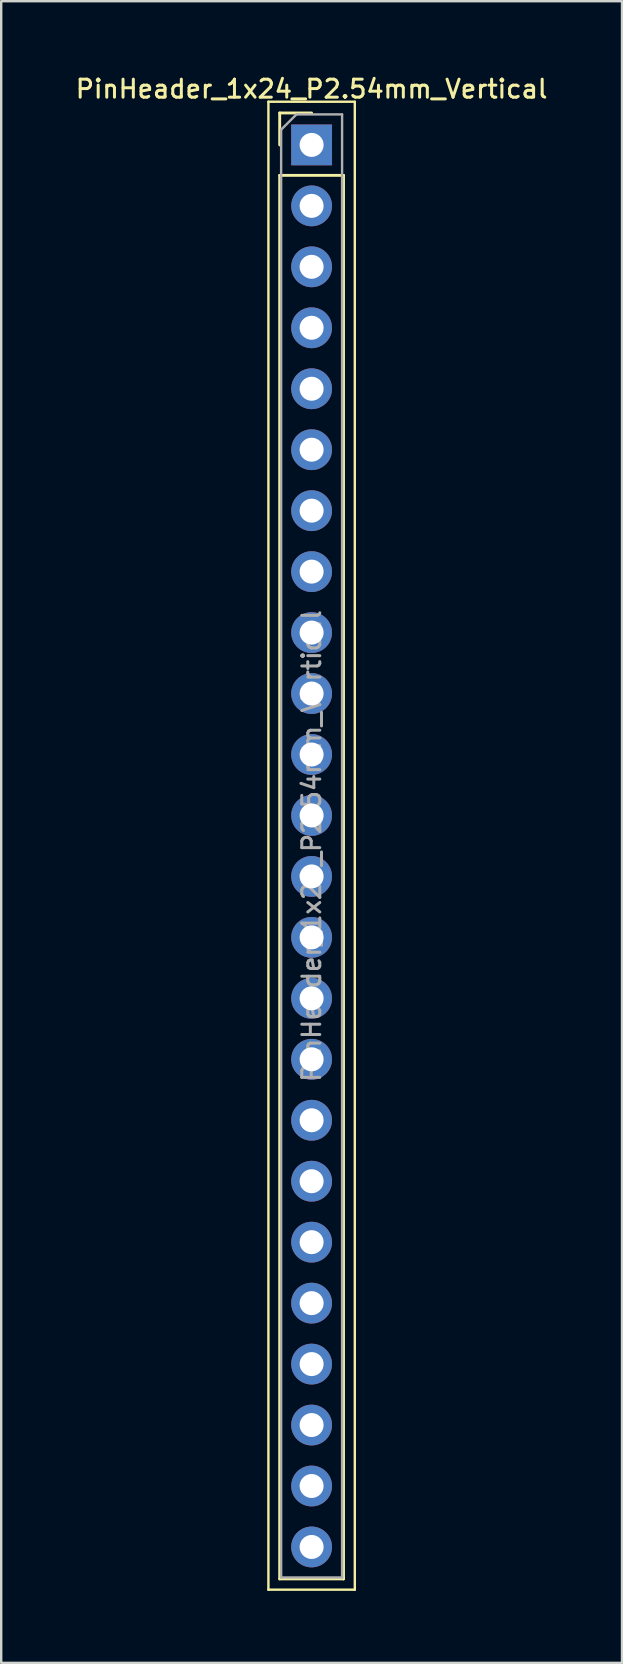
<source format=kicad_pcb>
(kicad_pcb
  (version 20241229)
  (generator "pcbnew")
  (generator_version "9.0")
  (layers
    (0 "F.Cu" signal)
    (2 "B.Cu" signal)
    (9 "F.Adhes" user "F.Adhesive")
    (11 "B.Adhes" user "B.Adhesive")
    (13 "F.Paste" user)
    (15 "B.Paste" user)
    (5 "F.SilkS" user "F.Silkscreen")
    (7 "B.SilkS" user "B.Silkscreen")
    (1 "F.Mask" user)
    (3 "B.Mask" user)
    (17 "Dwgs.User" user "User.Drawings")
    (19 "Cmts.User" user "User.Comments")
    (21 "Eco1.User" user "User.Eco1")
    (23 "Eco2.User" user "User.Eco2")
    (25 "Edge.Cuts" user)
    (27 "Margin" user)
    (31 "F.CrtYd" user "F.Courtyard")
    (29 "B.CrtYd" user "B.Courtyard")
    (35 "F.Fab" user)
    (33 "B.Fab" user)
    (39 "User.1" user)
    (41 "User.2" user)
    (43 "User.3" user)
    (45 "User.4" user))
  (footprint "PinHeader_1x24_P2.54mm_Vertical"
    (layer "F.Cu")
    (at 9.934 2.988)
    (property "Reference" "PinHeader_1x24_P2.54mm_Vertical" (at 0 -2.33 0) (layer "F.SilkS") (effects (font (size 0.75 0.75) (thickness 0.125))))
    (attr through_hole)
    (fp_line (start -1.8 -1.8) (end -1.8 60.2) (stroke (width 0.1) (type solid)) (layer "F.SilkS"))
    (fp_line (start -1.8 60.2) (end 1.8 60.2) (stroke (width 0.1) (type solid)) (layer "F.SilkS"))
    (fp_line (start -1.33 -1.33) (end 0 -1.33) (stroke (width 0.12) (type solid)) (layer "F.SilkS"))
    (fp_line (start -1.33 0) (end -1.33 -1.33) (stroke (width 0.12) (type solid)) (layer "F.SilkS"))
    (fp_line (start -1.33 1.27) (end -1.33 59.75) (stroke (width 0.12) (type solid)) (layer "F.SilkS"))
    (fp_line (start -1.33 1.27) (end 1.33 1.27) (stroke (width 0.12) (type solid)) (layer "F.SilkS"))
    (fp_line (start -1.33 59.75) (end 1.33 59.75) (stroke (width 0.12) (type solid)) (layer "F.SilkS"))
    (fp_line (start 1.33 1.27) (end 1.33 59.75) (stroke (width 0.12) (type solid)) (layer "F.SilkS"))
    (fp_line (start 1.8 -1.8) (end -1.8 -1.8) (stroke (width 0.1) (type solid)) (layer "F.SilkS"))
    (fp_line (start 1.8 60.2) (end 1.8 -1.8) (stroke (width 0.1) (type solid)) (layer "F.SilkS"))
    (fp_line (start -1.27 -0.635) (end -0.635 -1.27) (stroke (width 0.1) (type solid)) (layer "F.Fab"))
    (fp_line (start -1.27 59.69) (end -1.27 -0.635) (stroke (width 0.1) (type solid)) (layer "F.Fab"))
    (fp_line (start -0.635 -1.27) (end 1.27 -1.27) (stroke (width 0.1) (type solid)) (layer "F.Fab"))
    (fp_line (start 1.27 -1.27) (end 1.27 59.69) (stroke (width 0.1) (type solid)) (layer "F.Fab"))
    (fp_line (start 1.27 59.69) (end -1.27 59.69) (stroke (width 0.1) (type solid)) (layer "F.Fab"))
    (fp_text user "${REFERENCE}" (at 0 29.21 90) (layer "F.Fab") (effects (font (size 0.75 0.75) (thickness 0.125))))
    (pad "1" thru_hole rect (at 0 0) (size 1.7 1.7) (drill 1) (layers "*.Cu" "*.Mask"))
    (pad "2" thru_hole oval (at 0 2.54) (size 1.7 1.7) (drill 1) (layers "*.Cu" "*.Mask"))
    (pad "3" thru_hole oval (at 0 5.08) (size 1.7 1.7) (drill 1) (layers "*.Cu" "*.Mask"))
    (pad "4" thru_hole oval (at 0 7.62) (size 1.7 1.7) (drill 1) (layers "*.Cu" "*.Mask"))
    (pad "5" thru_hole oval (at 0 10.16) (size 1.7 1.7) (drill 1) (layers "*.Cu" "*.Mask"))
    (pad "6" thru_hole oval (at 0 12.7) (size 1.7 1.7) (drill 1) (layers "*.Cu" "*.Mask"))
    (pad "7" thru_hole oval (at 0 15.24) (size 1.7 1.7) (drill 1) (layers "*.Cu" "*.Mask"))
    (pad "8" thru_hole oval (at 0 17.78) (size 1.7 1.7) (drill 1) (layers "*.Cu" "*.Mask"))
    (pad "9" thru_hole oval (at 0 20.32) (size 1.7 1.7) (drill 1) (layers "*.Cu" "*.Mask"))
    (pad "10" thru_hole oval (at 0 22.86) (size 1.7 1.7) (drill 1) (layers "*.Cu" "*.Mask"))
    (pad "11" thru_hole oval (at 0 25.4) (size 1.7 1.7) (drill 1) (layers "*.Cu" "*.Mask"))
    (pad "12" thru_hole oval (at 0 27.94) (size 1.7 1.7) (drill 1) (layers "*.Cu" "*.Mask"))
    (pad "13" thru_hole oval (at 0 30.48) (size 1.7 1.7) (drill 1) (layers "*.Cu" "*.Mask"))
    (pad "14" thru_hole oval (at 0 33.02) (size 1.7 1.7) (drill 1) (layers "*.Cu" "*.Mask"))
    (pad "15" thru_hole oval (at 0 35.56) (size 1.7 1.7) (drill 1) (layers "*.Cu" "*.Mask"))
    (pad "16" thru_hole oval (at 0 38.1) (size 1.7 1.7) (drill 1) (layers "*.Cu" "*.Mask"))
    (pad "17" thru_hole oval (at 0 40.64) (size 1.7 1.7) (drill 1) (layers "*.Cu" "*.Mask"))
    (pad "18" thru_hole oval (at 0 43.18) (size 1.7 1.7) (drill 1) (layers "*.Cu" "*.Mask"))
    (pad "19" thru_hole oval (at 0 45.72) (size 1.7 1.7) (drill 1) (layers "*.Cu" "*.Mask"))
    (pad "20" thru_hole oval (at 0 48.26) (size 1.7 1.7) (drill 1) (layers "*.Cu" "*.Mask"))
    (pad "21" thru_hole oval (at 0 50.8) (size 1.7 1.7) (drill 1) (layers "*.Cu" "*.Mask"))
    (pad "22" thru_hole oval (at 0 53.34) (size 1.7 1.7) (drill 1) (layers "*.Cu" "*.Mask"))
    (pad "23" thru_hole oval (at 0 55.88) (size 1.7 1.7) (drill 1) (layers "*.Cu" "*.Mask"))
    (pad "24" thru_hole oval (at 0 58.42) (size 1.7 1.7) (drill 1) (layers "*.Cu" "*.Mask")))
  (gr_rect
    (start -3 -3)
    (end 22.868 66.238)
    (stroke (width 0.1) (type default))
    (fill no)
    (layer "Edge.Cuts")))
</source>
